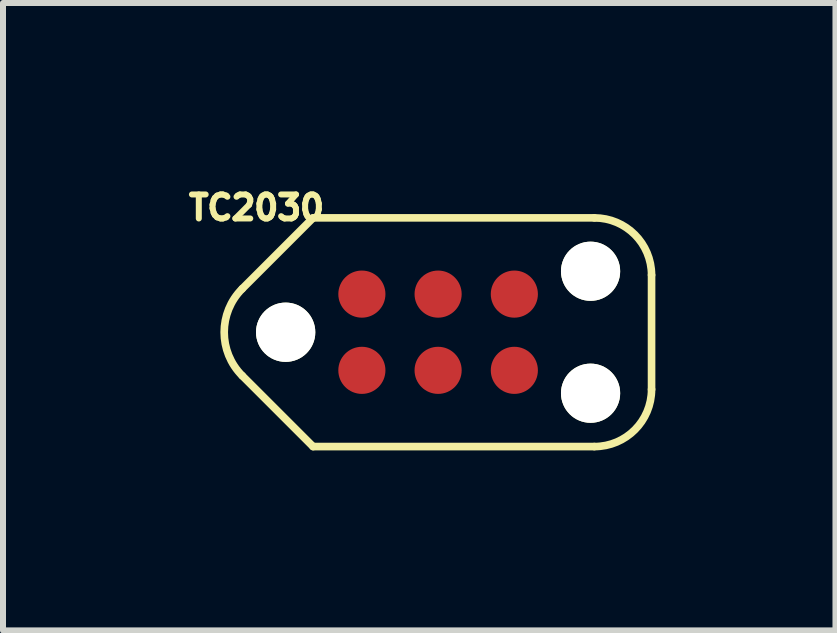
<source format=kicad_pcb>
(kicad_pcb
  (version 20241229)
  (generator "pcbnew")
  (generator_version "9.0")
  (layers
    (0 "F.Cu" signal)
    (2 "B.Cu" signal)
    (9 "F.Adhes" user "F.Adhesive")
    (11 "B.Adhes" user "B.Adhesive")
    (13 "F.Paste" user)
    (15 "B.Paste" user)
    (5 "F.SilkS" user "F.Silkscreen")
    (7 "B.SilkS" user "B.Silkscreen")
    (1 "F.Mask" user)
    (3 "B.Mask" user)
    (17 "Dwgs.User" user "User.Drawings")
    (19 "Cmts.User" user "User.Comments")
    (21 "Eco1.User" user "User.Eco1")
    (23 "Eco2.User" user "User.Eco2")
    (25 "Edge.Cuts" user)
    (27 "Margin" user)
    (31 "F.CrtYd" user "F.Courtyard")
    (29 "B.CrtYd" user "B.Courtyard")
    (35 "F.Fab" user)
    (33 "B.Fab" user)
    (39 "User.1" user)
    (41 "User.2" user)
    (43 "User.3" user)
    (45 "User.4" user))
  (footprint "TC2030"
    (layer "F.Cu")
    (at 4.249 2.485)
    (property "Reference" "TC2030" (at -3.025 -2.075 0) (layer "F.SilkS") (effects (font (size 0.4 0.4) (thickness 0.1))))
    (attr exclude_from_pos_files exclude_from_bom)
    (fp_line (start -3.264 -0.724) (end -2.083 -1.905) (stroke (width 0.127) (type solid)) (layer "F.SilkS"))
    (fp_line (start -3.264 0.724) (end -2.083 1.905) (stroke (width 0.127) (type solid)) (layer "F.SilkS"))
    (fp_line (start 2.603 -1.905) (end -2.083 -1.905) (stroke (width 0.127) (type solid)) (layer "F.SilkS"))
    (fp_line (start 2.603 1.905) (end -2.083 1.905) (stroke (width 0.127) (type solid)) (layer "F.SilkS"))
    (fp_line (start 3.556 -0.953) (end 3.556 0.953) (stroke (width 0.127) (type solid)) (layer "F.SilkS"))
    (fp_arc (start -3.2639 0.7239) (mid -3.563749 0) (end -3.2639 -0.7239) (stroke (width 0.127) (type solid)) (layer "F.SilkS"))
    (fp_arc (start 2.6035 -1.905) (mid 3.277019 -1.626019) (end 3.556 -0.9525) (stroke (width 0.127) (type solid)) (layer "F.SilkS"))
    (fp_arc (start 3.556 0.9525) (mid 3.277019 1.626019) (end 2.6035 1.905) (stroke (width 0.127) (type solid)) (layer "F.SilkS"))
    (pad "" np_thru_hole circle (at -2.54 0) (size 0.988 0.988) (drill 0.988) (layers "*.Cu" "*.Mask" "F.SilkS"))
    (pad "" np_thru_hole circle (at 2.54 -1.016) (size 0.986 0.986) (drill 0.986) (layers "*.Cu" "*.Mask" "F.SilkS"))
    (pad "" np_thru_hole circle (at 2.54 1.016) (size 0.986 0.986) (drill 0.986) (layers "*.Cu" "*.Mask" "F.SilkS"))
    (pad "1" connect circle (at -1.27 0.635) (size 0.785 0.785) (layers "F.Cu" "F.Mask"))
    (pad "2" connect circle (at -1.27 -0.635) (size 0.785 0.785) (layers "F.Cu" "F.Mask"))
    (pad "3" connect circle (at 0 0.635) (size 0.785 0.785) (layers "F.Cu" "F.Mask"))
    (pad "4" connect circle (at 0 -0.635) (size 0.785 0.785) (layers "F.Cu" "F.Mask"))
    (pad "5" connect circle (at 1.27 0.635) (size 0.785 0.785) (layers "F.Cu" "F.Mask"))
    (pad "6" connect circle (at 1.27 -0.635) (size 0.785 0.785) (layers "F.Cu" "F.Mask")))
  (gr_rect
    (start -3 -3)
    (end 10.869 7.453)
    (stroke (width 0.1) (type default))
    (fill no)
    (layer "Edge.Cuts")))
</source>
